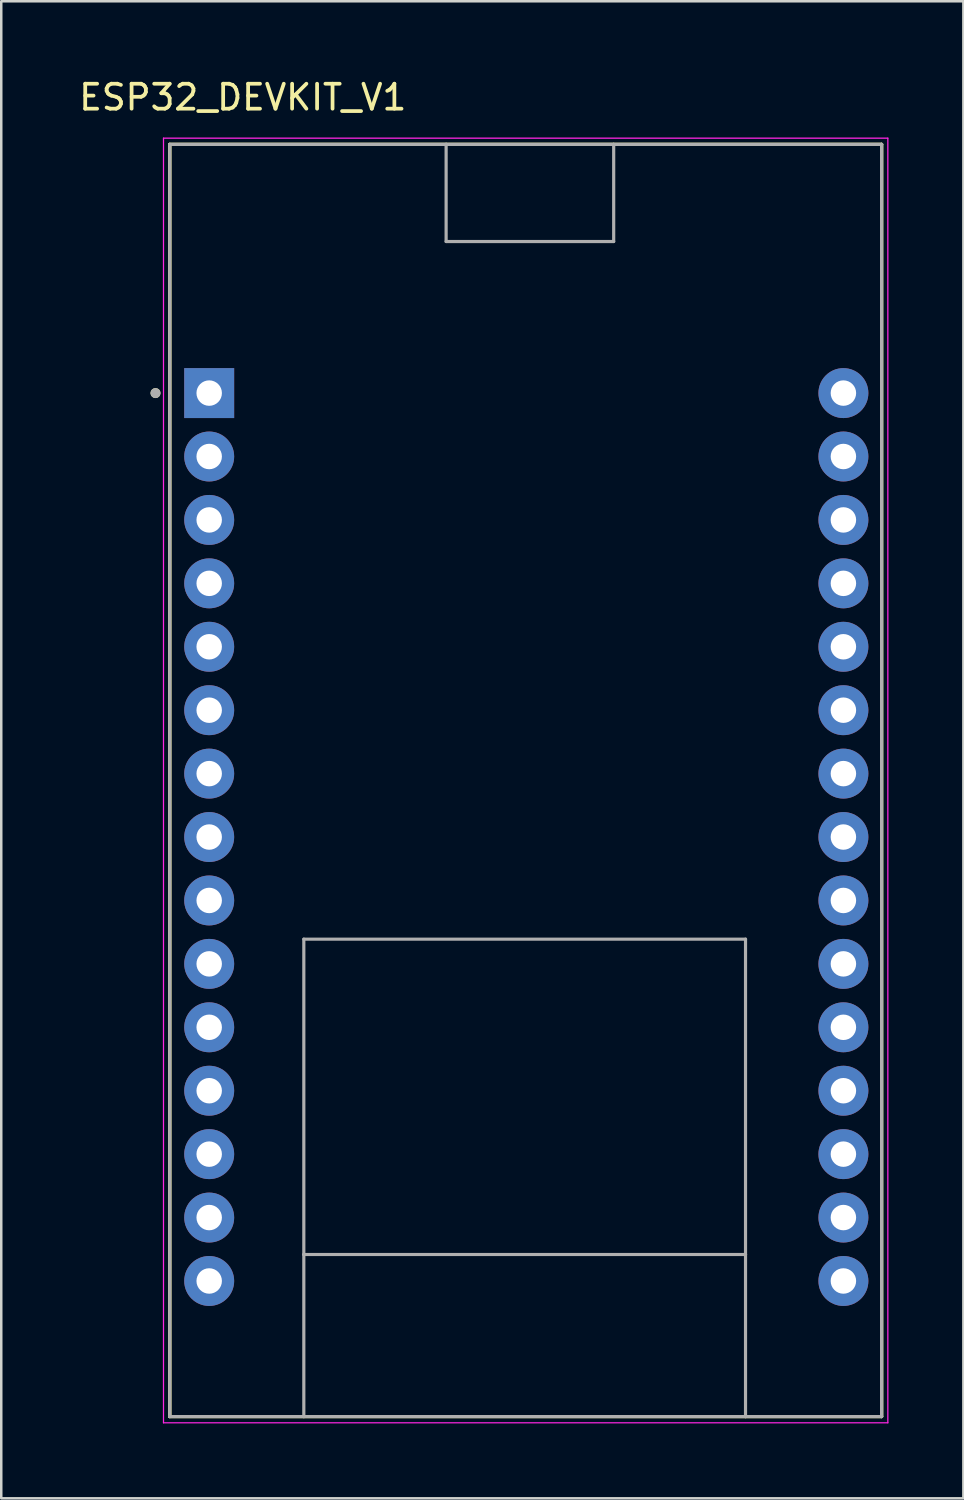
<source format=kicad_pcb>
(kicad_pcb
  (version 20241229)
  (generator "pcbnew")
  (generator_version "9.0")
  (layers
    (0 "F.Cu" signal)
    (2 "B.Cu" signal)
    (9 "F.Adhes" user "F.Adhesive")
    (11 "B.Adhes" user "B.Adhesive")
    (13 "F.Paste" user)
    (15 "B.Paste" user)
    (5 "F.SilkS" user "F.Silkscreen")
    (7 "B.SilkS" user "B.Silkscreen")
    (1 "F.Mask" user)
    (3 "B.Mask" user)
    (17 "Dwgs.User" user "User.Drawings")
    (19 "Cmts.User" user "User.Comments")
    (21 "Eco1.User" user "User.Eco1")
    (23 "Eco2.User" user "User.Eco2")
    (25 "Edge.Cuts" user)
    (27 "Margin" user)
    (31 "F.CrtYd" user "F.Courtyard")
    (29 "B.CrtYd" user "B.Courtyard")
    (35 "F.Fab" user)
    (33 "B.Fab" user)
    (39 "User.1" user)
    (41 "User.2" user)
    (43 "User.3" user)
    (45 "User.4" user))
  (footprint "ESP32_DEVKIT_V1"
    (layer "F.Cu")
    (at 18.028 28.208)
    (property "Reference" "ESP32_DEVKIT_V1" (at -11.355 -27.36 0) (layer "F.SilkS") (effects (font (size 1 1) (thickness 0.15))))
    (attr through_hole)
    (fp_line (start -14.28 -25.475) (end -3.211 -25.475) (stroke (width 0.127) (type solid)) (layer "F.SilkS"))
    (fp_line (start -14.28 -25.475) (end 14.23 -25.475) (stroke (width 0.127) (type solid)) (layer "F.SilkS"))
    (fp_line (start -14.28 25.475) (end -14.28 -25.475) (stroke (width 0.127) (type solid)) (layer "F.SilkS"))
    (fp_line (start -14.28 25.475) (end -14.28 -25.475) (stroke (width 0.127) (type solid)) (layer "F.SilkS"))
    (fp_line (start -14.28 25.475) (end -8.91 25.475) (stroke (width 0.127) (type solid)) (layer "F.SilkS"))
    (fp_line (start -8.91 25.475) (end 8.78 25.475) (stroke (width 0.127) (type solid)) (layer "F.SilkS"))
    (fp_line (start -3.211 -25.475) (end 3.5 -25.475) (stroke (width 0.127) (type solid)) (layer "F.SilkS"))
    (fp_line (start 3.5 -25.475) (end 14.23 -25.475) (stroke (width 0.127) (type solid)) (layer "F.SilkS"))
    (fp_line (start 8.78 25.475) (end 14.23 25.475) (stroke (width 0.127) (type solid)) (layer "F.SilkS"))
    (fp_line (start 14.23 -25.475) (end 14.23 25.475) (stroke (width 0.127) (type solid)) (layer "F.SilkS"))
    (fp_line (start 14.23 -25.475) (end 14.23 25.475) (stroke (width 0.127) (type solid)) (layer "F.SilkS"))
    (fp_line (start 14.23 25.475) (end -14.28 25.475) (stroke (width 0.127) (type solid)) (layer "F.SilkS"))
    (fp_circle (center -14.85 -15.515) (end -14.75 -15.515) (stroke (width 0.2) (type solid)) (fill no) (layer "F.SilkS"))
    (fp_line (start -14.53 -25.725) (end -14.53 25.725) (stroke (width 0.05) (type solid)) (layer "F.CrtYd"))
    (fp_line (start -14.53 25.725) (end 14.48 25.725) (stroke (width 0.05) (type solid)) (layer "F.CrtYd"))
    (fp_line (start 14.48 -25.725) (end -14.53 -25.725) (stroke (width 0.05) (type solid)) (layer "F.CrtYd"))
    (fp_line (start 14.48 25.725) (end 14.48 -25.725) (stroke (width 0.05) (type solid)) (layer "F.CrtYd"))
    (fp_line (start -14.28 -25.475) (end -3.211 -25.475) (stroke (width 0.127) (type solid)) (layer "F.Fab"))
    (fp_line (start -14.28 25.475) (end -14.28 -25.475) (stroke (width 0.127) (type solid)) (layer "F.Fab"))
    (fp_line (start -14.28 25.475) (end -8.91 25.475) (stroke (width 0.127) (type solid)) (layer "F.Fab"))
    (fp_line (start -8.91 6.355) (end 8.78 6.355) (stroke (width 0.127) (type solid)) (layer "F.Fab"))
    (fp_line (start -8.91 18.985) (end -8.91 6.355) (stroke (width 0.127) (type solid)) (layer "F.Fab"))
    (fp_line (start -8.91 18.985) (end 8.78 18.985) (stroke (width 0.127) (type solid)) (layer "F.Fab"))
    (fp_line (start -8.91 25.475) (end -8.91 18.985) (stroke (width 0.127) (type solid)) (layer "F.Fab"))
    (fp_line (start -8.91 25.475) (end 8.78 25.475) (stroke (width 0.127) (type solid)) (layer "F.Fab"))
    (fp_line (start -3.211 -25.475) (end 3.5 -25.475) (stroke (width 0.127) (type solid)) (layer "F.Fab"))
    (fp_line (start -3.211 -21.585) (end -3.211 -25.475) (stroke (width 0.127) (type solid)) (layer "F.Fab"))
    (fp_line (start 3.5 -25.475) (end 3.5 -21.585) (stroke (width 0.127) (type solid)) (layer "F.Fab"))
    (fp_line (start 3.5 -25.475) (end 14.23 -25.475) (stroke (width 0.127) (type solid)) (layer "F.Fab"))
    (fp_line (start 3.5 -21.585) (end -3.211 -21.585) (stroke (width 0.127) (type solid)) (layer "F.Fab"))
    (fp_line (start 8.78 6.355) (end 8.78 18.985) (stroke (width 0.127) (type solid)) (layer "F.Fab"))
    (fp_line (start 8.78 18.985) (end 8.78 25.475) (stroke (width 0.127) (type solid)) (layer "F.Fab"))
    (fp_line (start 8.78 25.475) (end 14.23 25.475) (stroke (width 0.127) (type solid)) (layer "F.Fab"))
    (fp_line (start 14.23 -25.475) (end 14.23 25.475) (stroke (width 0.127) (type solid)) (layer "F.Fab"))
    (fp_circle (center -14.85 -15.515) (end -14.75 -15.515) (stroke (width 0.2) (type solid)) (fill no) (layer "F.Fab"))
    (pad "1" thru_hole rect (at -12.7 -15.515) (size 2 2) (drill 1.02) (layers "*.Cu" "*.Mask"))
    (pad "2" thru_hole circle (at -12.7 -12.975) (size 2 2) (drill 1.02) (layers "*.Cu" "*.Mask"))
    (pad "3" thru_hole circle (at -12.7 -10.435) (size 2 2) (drill 1.02) (layers "*.Cu" "*.Mask"))
    (pad "4" thru_hole circle (at -12.7 -7.895) (size 2 2) (drill 1.02) (layers "*.Cu" "*.Mask"))
    (pad "5" thru_hole circle (at -12.7 -5.355) (size 2 2) (drill 1.02) (layers "*.Cu" "*.Mask"))
    (pad "6" thru_hole circle (at -12.7 -2.815) (size 2 2) (drill 1.02) (layers "*.Cu" "*.Mask"))
    (pad "7" thru_hole circle (at -12.7 -0.275) (size 2 2) (drill 1.02) (layers "*.Cu" "*.Mask"))
    (pad "8" thru_hole circle (at -12.7 2.265) (size 2 2) (drill 1.02) (layers "*.Cu" "*.Mask"))
    (pad "9" thru_hole circle (at -12.7 4.805) (size 2 2) (drill 1.02) (layers "*.Cu" "*.Mask"))
    (pad "10" thru_hole circle (at -12.7 7.345) (size 2 2) (drill 1.02) (layers "*.Cu" "*.Mask"))
    (pad "11" thru_hole circle (at -12.7 9.885) (size 2 2) (drill 1.02) (layers "*.Cu" "*.Mask"))
    (pad "12" thru_hole circle (at -12.7 12.425) (size 2 2) (drill 1.02) (layers "*.Cu" "*.Mask"))
    (pad "13" thru_hole circle (at -12.7 14.965) (size 2 2) (drill 1.02) (layers "*.Cu" "*.Mask"))
    (pad "14" thru_hole circle (at -12.7 17.505) (size 2 2) (drill 1.02) (layers "*.Cu" "*.Mask"))
    (pad "15" thru_hole circle (at -12.7 20.045) (size 2 2) (drill 1.02) (layers "*.Cu" "*.Mask"))
    (pad "16" thru_hole circle (at 12.7 20.045) (size 2 2) (drill 1.02) (layers "*.Cu" "*.Mask"))
    (pad "17" thru_hole circle (at 12.7 17.505) (size 2 2) (drill 1.02) (layers "*.Cu" "*.Mask"))
    (pad "18" thru_hole circle (at 12.7 14.965) (size 2 2) (drill 1.02) (layers "*.Cu" "*.Mask"))
    (pad "19" thru_hole circle (at 12.7 12.425) (size 2 2) (drill 1.02) (layers "*.Cu" "*.Mask"))
    (pad "20" thru_hole circle (at 12.7 9.885) (size 2 2) (drill 1.02) (layers "*.Cu" "*.Mask"))
    (pad "21" thru_hole circle (at 12.7 7.345) (size 2 2) (drill 1.02) (layers "*.Cu" "*.Mask"))
    (pad "22" thru_hole circle (at 12.7 4.805) (size 2 2) (drill 1.02) (layers "*.Cu" "*.Mask"))
    (pad "23" thru_hole circle (at 12.7 2.265) (size 2 2) (drill 1.02) (layers "*.Cu" "*.Mask"))
    (pad "24" thru_hole circle (at 12.7 -0.275) (size 2 2) (drill 1.02) (layers "*.Cu" "*.Mask"))
    (pad "25" thru_hole circle (at 12.7 -2.815) (size 2 2) (drill 1.02) (layers "*.Cu" "*.Mask"))
    (pad "26" thru_hole circle (at 12.7 -5.355) (size 2 2) (drill 1.02) (layers "*.Cu" "*.Mask"))
    (pad "27" thru_hole circle (at 12.7 -7.895) (size 2 2) (drill 1.02) (layers "*.Cu" "*.Mask"))
    (pad "28" thru_hole circle (at 12.7 -10.435) (size 2 2) (drill 1.02) (layers "*.Cu" "*.Mask"))
    (pad "29" thru_hole circle (at 12.7 -12.975) (size 2 2) (drill 1.02) (layers "*.Cu" "*.Mask"))
    (pad "30" thru_hole circle (at 12.7 -15.515) (size 2 2) (drill 1.02) (layers "*.Cu" "*.Mask"))
    (zone (net_name "") (layer "F.Cu") (hatch full 0.508) (connect_pads) (min_thickness 0.01) (filled_areas_thickness no) (keepout (tracks allowed) (vias not_allowed) (pads not_allowed) (copperpour not_allowed) (footprints allowed)) (placement (enabled no)) (fill) (polygon (pts (xy 9.118 47.193) (xy 26.808 47.193) (xy 26.808 53.683) (xy 9.118 53.683))))
    (zone (net_name "") (layers "F.Cu" "B.Cu") (hatch full 0.508) (connect_pads) (min_thickness 0.01) (filled_areas_thickness no) (keepout (tracks allowed) (vias not_allowed) (pads allowed) (copperpour allowed) (footprints allowed)) (placement (enabled no)) (fill) (polygon (pts (xy 9.118 47.193) (xy 26.808 47.193) (xy 26.808 53.683) (xy 9.118 53.683))))
    (zone (net_name "") (layer "B.Cu") (hatch full 0.508) (connect_pads) (min_thickness 0.01) (filled_areas_thickness no) (keepout (tracks allowed) (vias not_allowed) (pads not_allowed) (copperpour not_allowed) (footprints allowed)) (placement (enabled no)) (fill) (polygon (pts (xy 9.118 47.193) (xy 26.808 47.193) (xy 26.808 53.683) (xy 9.118 53.683)))))
  (gr_rect
    (start -3 -3)
    (end 35.533 56.958)
    (stroke (width 0.1) (type default))
    (fill no)
    (layer "Edge.Cuts")))
</source>
